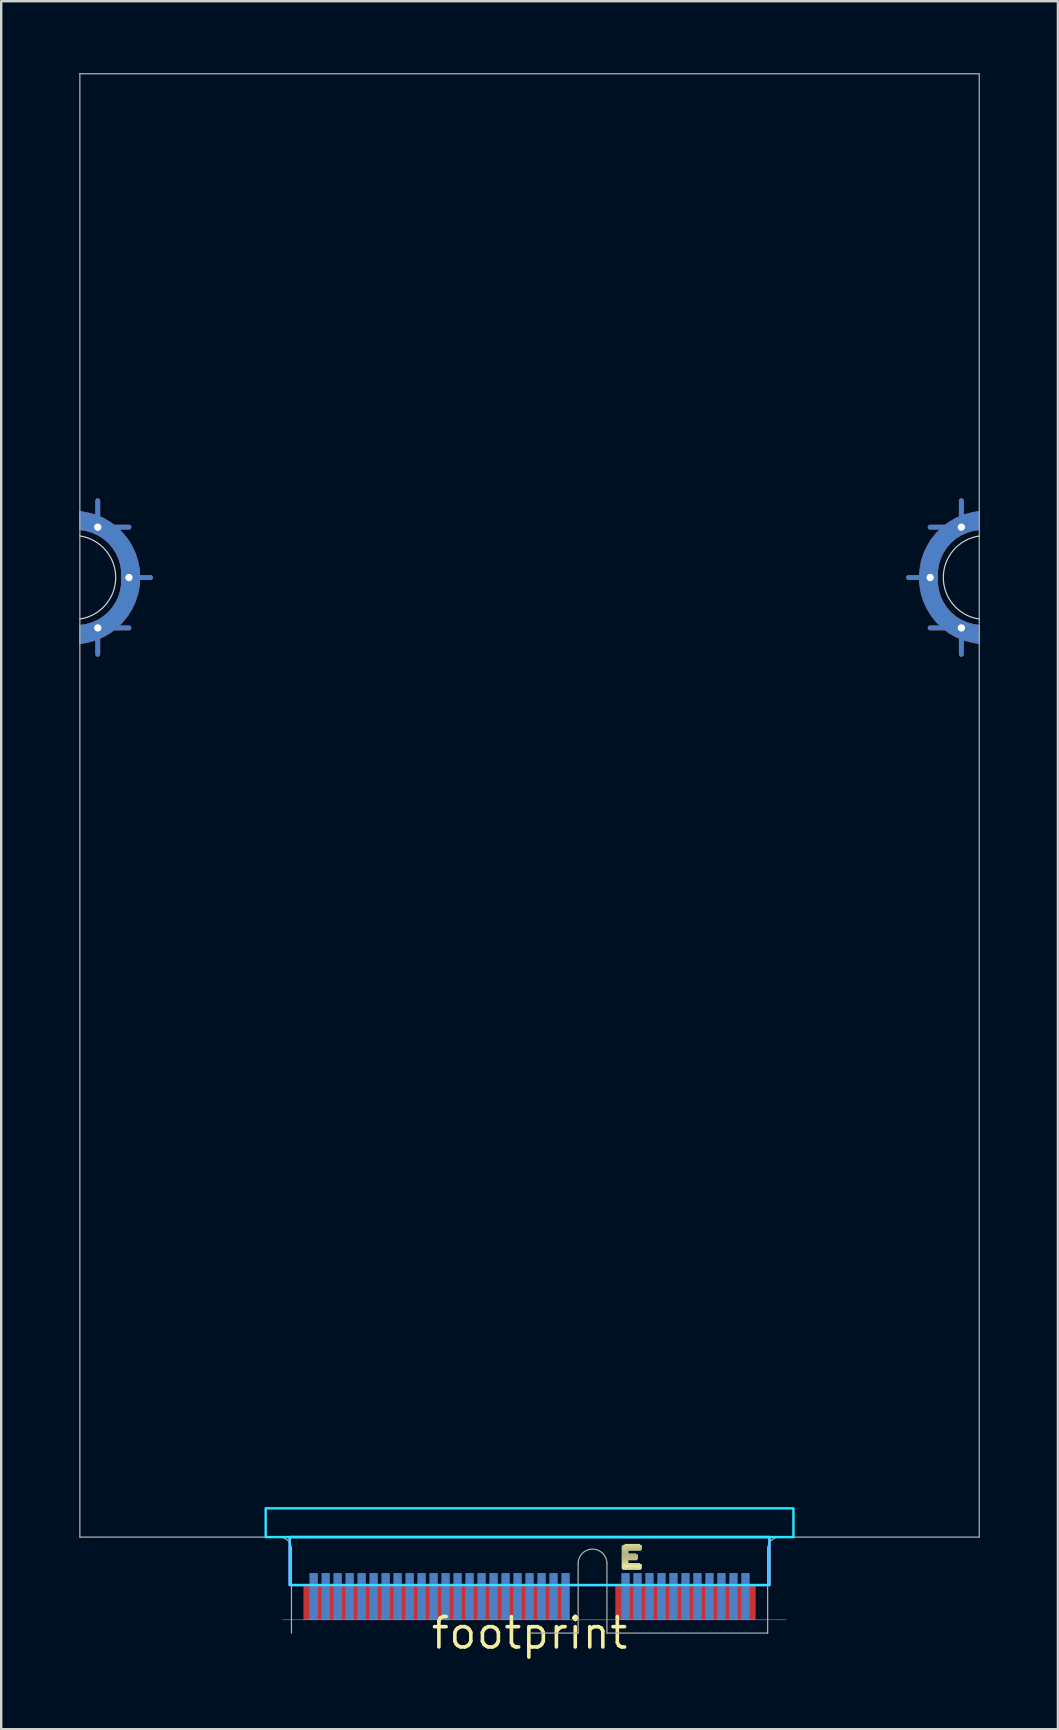
<source format=kicad_pcb>
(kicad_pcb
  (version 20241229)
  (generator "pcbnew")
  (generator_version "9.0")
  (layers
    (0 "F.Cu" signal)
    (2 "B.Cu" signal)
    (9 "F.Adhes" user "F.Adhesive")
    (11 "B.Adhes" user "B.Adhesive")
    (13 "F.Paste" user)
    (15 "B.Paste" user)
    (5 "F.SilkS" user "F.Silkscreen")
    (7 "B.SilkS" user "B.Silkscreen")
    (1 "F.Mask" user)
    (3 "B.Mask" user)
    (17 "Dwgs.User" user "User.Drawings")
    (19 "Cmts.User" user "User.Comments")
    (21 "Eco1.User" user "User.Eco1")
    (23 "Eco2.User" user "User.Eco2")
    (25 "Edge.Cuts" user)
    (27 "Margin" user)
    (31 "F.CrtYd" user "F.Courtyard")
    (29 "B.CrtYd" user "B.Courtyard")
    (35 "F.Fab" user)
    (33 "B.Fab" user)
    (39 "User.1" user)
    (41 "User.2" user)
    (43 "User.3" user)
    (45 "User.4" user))
  (footprint "footprint"
    (layer "F.Cu")
    (at 19.025 65.025)
    (property "Reference" "footprint" (at 0 0 0) (layer "F.SilkS") (effects (font (size 1.27 1.27) (thickness 0.15))))
    (fp_line (start -18 -46.1) (end -18 -47.2) (stroke (width 0.203) (type solid)) (layer "F.Cu"))
    (fp_line (start -18 -46.1) (end -16.7 -46.1) (stroke (width 0.203) (type solid)) (layer "F.Cu"))
    (fp_line (start -18 -41.9) (end -18 -40.8) (stroke (width 0.203) (type solid)) (layer "F.Cu"))
    (fp_line (start -18 -41.9) (end -16.7 -41.9) (stroke (width 0.203) (type solid)) (layer "F.Cu"))
    (fp_line (start -16.7 -44) (end -15.8 -44) (stroke (width 0.203) (type solid)) (layer "F.Cu"))
    (fp_line (start 16.7 -44) (end 15.8 -44) (stroke (width 0.203) (type solid)) (layer "F.Cu"))
    (fp_line (start 18 -46.1) (end 16.7 -46.1) (stroke (width 0.203) (type solid)) (layer "F.Cu"))
    (fp_line (start 18 -46.1) (end 18 -47.2) (stroke (width 0.203) (type solid)) (layer "F.Cu"))
    (fp_line (start 18 -41.9) (end 16.7 -41.9) (stroke (width 0.203) (type solid)) (layer "F.Cu"))
    (fp_line (start 18 -41.9) (end 18 -40.8) (stroke (width 0.203) (type solid)) (layer "F.Cu"))
    (fp_poly (pts (xy -18.41 -46.718) (xy -18.083 -46.622) (xy -17.769 -46.486) (xy -17.474 -46.313) (xy -17.203 -46.106) (xy -16.958 -45.868) (xy -16.744 -45.602) (xy -16.564 -45.311) (xy -16.42 -45.001) (xy -16.314 -44.676) (xy -16.249 -44.341) (xy -16.225 -44) (xy -16.247 -43.658) (xy -16.31 -43.322) (xy -16.414 -42.996) (xy -16.557 -42.685) (xy -16.737 -42.394) (xy -16.952 -42.127) (xy -17.197 -41.888) (xy -17.47 -41.681) (xy -17.766 -41.509) (xy -18.081 -41.374) (xy -18.775 -41.219) (xy -18.775 -42.022) (xy -18.49 -42.061) (xy -18.235 -42.135) (xy -17.994 -42.243) (xy -17.771 -42.385) (xy -17.57 -42.558) (xy -17.396 -42.757) (xy -17.252 -42.979) (xy -17.141 -43.219) (xy -17.065 -43.472) (xy -17.026 -43.734) (xy -17.025 -44) (xy -17.026 -44.266) (xy -17.065 -44.528) (xy -17.141 -44.781) (xy -17.252 -45.021) (xy -17.396 -45.243) (xy -17.57 -45.442) (xy -17.771 -45.615) (xy -17.994 -45.757) (xy -18.235 -45.865) (xy -18.49 -45.939) (xy -18.775 -45.978) (xy -18.775 -46.78)) (stroke (width 0) (type solid)) (fill yes) (layer "F.Cu"))
    (fp_poly (pts (xy 18.775 -45.978) (xy 18.49 -45.939) (xy 18.235 -45.865) (xy 17.994 -45.757) (xy 17.771 -45.615) (xy 17.57 -45.442) (xy 17.396 -45.243) (xy 17.252 -45.021) (xy 17.141 -44.781) (xy 17.065 -44.528) (xy 17.026 -44.266) (xy 17.025 -44) (xy 17.026 -43.734) (xy 17.065 -43.472) (xy 17.141 -43.219) (xy 17.252 -42.979) (xy 17.396 -42.757) (xy 17.57 -42.558) (xy 17.771 -42.385) (xy 17.994 -42.243) (xy 18.235 -42.135) (xy 18.49 -42.061) (xy 18.775 -42.022) (xy 18.775 -41.225) (xy 18.748 -41.225) (xy 18.41 -41.282) (xy 18.083 -41.378) (xy 17.769 -41.514) (xy 17.474 -41.687) (xy 17.203 -41.894) (xy 16.958 -42.132) (xy 16.744 -42.398) (xy 16.564 -42.689) (xy 16.42 -42.999) (xy 16.314 -43.324) (xy 16.225 -43.997) (xy 16.25 -44) (xy 16.225 -44.002) (xy 16.247 -44.342) (xy 16.31 -44.678) (xy 16.414 -45.004) (xy 16.557 -45.315) (xy 16.737 -45.606) (xy 16.952 -45.873) (xy 17.197 -46.112) (xy 17.47 -46.319) (xy 17.766 -46.491) (xy 18.081 -46.626) (xy 18.775 -46.781)) (stroke (width 0) (type solid)) (fill yes) (layer "F.Cu"))
    (fp_poly (pts (xy -18.666 -46.755) (xy -18.336 -46.694) (xy -18.016 -46.595) (xy -17.71 -46.457) (xy -17.424 -46.284) (xy -17.16 -46.077) (xy -16.923 -45.84) (xy -16.716 -45.576) (xy -16.543 -45.29) (xy -16.405 -44.984) (xy -16.306 -44.664) (xy -16.245 -44.334) (xy -16.225 -44) (xy -16.245 -43.666) (xy -16.306 -43.336) (xy -16.405 -43.016) (xy -16.543 -42.71) (xy -16.716 -42.424) (xy -16.923 -42.16) (xy -17.16 -41.923) (xy -17.424 -41.716) (xy -17.71 -41.543) (xy -18.016 -41.405) (xy -18.336 -41.306) (xy -18.666 -41.245) (xy -19.025 -41.223) (xy -19.025 -42.273) (xy -18.73 -42.296) (xy -18.467 -42.359) (xy -18.217 -42.463) (xy -17.986 -42.605) (xy -17.78 -42.78) (xy -17.605 -42.986) (xy -17.463 -43.217) (xy -17.36 -43.466) (xy -17.275 -44.001) (xy -17.296 -44.27) (xy -17.36 -44.533) (xy -17.463 -44.783) (xy -17.605 -45.014) (xy -17.78 -45.22) (xy -17.986 -45.395) (xy -18.217 -45.537) (xy -18.466 -45.64) (xy -19.025 -45.729) (xy -19.025 -46.777)) (stroke (width 0) (type solid)) (fill yes) (layer "F.Mask"))
    (fp_poly (pts (xy 19.025 -45.727) (xy 18.73 -45.704) (xy 18.467 -45.641) (xy 18.217 -45.537) (xy 17.986 -45.395) (xy 17.78 -45.22) (xy 17.605 -45.014) (xy 17.463 -44.783) (xy 17.36 -44.534) (xy 17.275 -43.999) (xy 17.296 -43.73) (xy 17.36 -43.467) (xy 17.463 -43.217) (xy 17.605 -42.986) (xy 17.78 -42.78) (xy 17.986 -42.605) (xy 18.217 -42.463) (xy 18.466 -42.36) (xy 19.025 -42.271) (xy 19.025 -41.223) (xy 18.666 -41.245) (xy 18.336 -41.306) (xy 18.016 -41.405) (xy 17.71 -41.543) (xy 17.424 -41.716) (xy 17.16 -41.923) (xy 16.923 -42.16) (xy 16.716 -42.424) (xy 16.543 -42.71) (xy 16.405 -43.016) (xy 16.306 -43.336) (xy 16.245 -43.666) (xy 16.225 -44) (xy 16.245 -44.334) (xy 16.306 -44.664) (xy 16.405 -44.984) (xy 16.543 -45.29) (xy 16.716 -45.576) (xy 16.923 -45.84) (xy 17.16 -46.077) (xy 17.424 -46.284) (xy 17.71 -46.457) (xy 18.016 -46.595) (xy 18.336 -46.694) (xy 18.666 -46.755) (xy 19.025 -46.777)) (stroke (width 0) (type solid)) (fill yes) (layer "F.Mask"))
    (fp_line (start -18 -46.1) (end -18 -47.2) (stroke (width 0.203) (type solid)) (layer "B.Cu"))
    (fp_line (start -18 -46.1) (end -16.7 -46.1) (stroke (width 0.203) (type solid)) (layer "B.Cu"))
    (fp_line (start -18 -41.9) (end -18 -40.8) (stroke (width 0.203) (type solid)) (layer "B.Cu"))
    (fp_line (start -18 -41.9) (end -16.7 -41.9) (stroke (width 0.203) (type solid)) (layer "B.Cu"))
    (fp_line (start -16.7 -44) (end -15.8 -44) (stroke (width 0.203) (type solid)) (layer "B.Cu"))
    (fp_line (start 16.7 -44) (end 15.8 -44) (stroke (width 0.203) (type solid)) (layer "B.Cu"))
    (fp_line (start 18 -46.1) (end 16.7 -46.1) (stroke (width 0.203) (type solid)) (layer "B.Cu"))
    (fp_line (start 18 -46.1) (end 18 -47.2) (stroke (width 0.203) (type solid)) (layer "B.Cu"))
    (fp_line (start 18 -41.9) (end 16.7 -41.9) (stroke (width 0.203) (type solid)) (layer "B.Cu"))
    (fp_line (start 18 -41.9) (end 18 -40.8) (stroke (width 0.203) (type solid)) (layer "B.Cu"))
    (fp_poly (pts (xy 18.775 -45.978) (xy 18.49 -45.939) (xy 18.235 -45.865) (xy 17.994 -45.757) (xy 17.771 -45.615) (xy 17.57 -45.442) (xy 17.396 -45.243) (xy 17.252 -45.021) (xy 17.141 -44.781) (xy 17.065 -44.528) (xy 17.026 -44.266) (xy 17.025 -44) (xy 17.026 -43.734) (xy 17.065 -43.472) (xy 17.141 -43.219) (xy 17.252 -42.979) (xy 17.396 -42.757) (xy 17.57 -42.558) (xy 17.771 -42.385) (xy 17.994 -42.243) (xy 18.235 -42.135) (xy 18.49 -42.061) (xy 18.775 -42.022) (xy 18.775 -41.219) (xy 18.081 -41.374) (xy 17.766 -41.509) (xy 17.47 -41.681) (xy 17.197 -41.888) (xy 16.952 -42.127) (xy 16.737 -42.394) (xy 16.557 -42.685) (xy 16.414 -42.996) (xy 16.31 -43.322) (xy 16.247 -43.658) (xy 16.225 -44.001) (xy 16.314 -44.676) (xy 16.42 -45.001) (xy 16.564 -45.311) (xy 16.744 -45.602) (xy 16.958 -45.868) (xy 17.203 -46.106) (xy 17.474 -46.313) (xy 17.769 -46.486) (xy 18.083 -46.622) (xy 18.41 -46.718) (xy 18.775 -46.78)) (stroke (width 0) (type solid)) (fill yes) (layer "B.Cu"))
    (fp_poly (pts (xy -18.081 -46.626) (xy -17.766 -46.491) (xy -17.47 -46.319) (xy -17.197 -46.112) (xy -16.952 -45.873) (xy -16.737 -45.606) (xy -16.557 -45.315) (xy -16.414 -45.004) (xy -16.31 -44.678) (xy -16.247 -44.342) (xy -16.225 -44.002) (xy -16.25 -44) (xy -16.225 -43.998) (xy -16.249 -43.659) (xy -16.314 -43.324) (xy -16.42 -42.999) (xy -16.564 -42.689) (xy -16.744 -42.398) (xy -16.958 -42.132) (xy -17.203 -41.894) (xy -17.474 -41.687) (xy -17.769 -41.514) (xy -18.083 -41.378) (xy -18.41 -41.282) (xy -18.748 -41.225) (xy -18.775 -41.225) (xy -18.775 -42.022) (xy -18.49 -42.061) (xy -18.235 -42.135) (xy -17.994 -42.243) (xy -17.771 -42.385) (xy -17.57 -42.558) (xy -17.396 -42.757) (xy -17.252 -42.979) (xy -17.141 -43.219) (xy -17.065 -43.472) (xy -17.026 -43.734) (xy -17.025 -44) (xy -17.026 -44.266) (xy -17.065 -44.528) (xy -17.141 -44.781) (xy -17.252 -45.021) (xy -17.396 -45.243) (xy -17.57 -45.442) (xy -17.771 -45.615) (xy -17.994 -45.757) (xy -18.235 -45.865) (xy -18.49 -45.939) (xy -18.775 -45.978) (xy -18.775 -46.781)) (stroke (width 0) (type solid)) (fill yes) (layer "B.Cu"))
    (fp_poly (pts (xy -18.666 -46.755) (xy -18.336 -46.694) (xy -18.016 -46.595) (xy -17.71 -46.457) (xy -17.424 -46.284) (xy -17.16 -46.077) (xy -16.923 -45.84) (xy -16.716 -45.576) (xy -16.543 -45.29) (xy -16.405 -44.984) (xy -16.306 -44.664) (xy -16.245 -44.334) (xy -16.225 -44) (xy -16.245 -43.666) (xy -16.306 -43.336) (xy -16.405 -43.016) (xy -16.543 -42.71) (xy -16.716 -42.424) (xy -16.923 -42.16) (xy -17.16 -41.923) (xy -17.424 -41.716) (xy -17.71 -41.543) (xy -18.016 -41.405) (xy -18.336 -41.306) (xy -18.666 -41.245) (xy -19.025 -41.223) (xy -19.025 -42.273) (xy -18.73 -42.296) (xy -18.467 -42.359) (xy -18.217 -42.463) (xy -17.986 -42.605) (xy -17.78 -42.78) (xy -17.605 -42.986) (xy -17.463 -43.217) (xy -17.36 -43.466) (xy -17.275 -44.001) (xy -17.296 -44.27) (xy -17.36 -44.533) (xy -17.463 -44.783) (xy -17.605 -45.014) (xy -17.78 -45.22) (xy -17.986 -45.395) (xy -18.217 -45.537) (xy -18.466 -45.64) (xy -19.025 -45.729) (xy -19.025 -46.777)) (stroke (width 0) (type solid)) (fill yes) (layer "B.Mask"))
    (fp_poly (pts (xy 19.025 -45.727) (xy 18.73 -45.704) (xy 18.467 -45.641) (xy 18.217 -45.537) (xy 17.986 -45.395) (xy 17.78 -45.22) (xy 17.605 -45.014) (xy 17.463 -44.783) (xy 17.36 -44.534) (xy 17.275 -43.999) (xy 17.296 -43.73) (xy 17.36 -43.467) (xy 17.463 -43.217) (xy 17.605 -42.986) (xy 17.78 -42.78) (xy 17.986 -42.605) (xy 18.217 -42.463) (xy 18.466 -42.36) (xy 19.025 -42.271) (xy 19.025 -41.223) (xy 18.666 -41.245) (xy 18.336 -41.306) (xy 18.016 -41.405) (xy 17.71 -41.543) (xy 17.424 -41.716) (xy 17.16 -41.923) (xy 16.923 -42.16) (xy 16.716 -42.424) (xy 16.543 -42.71) (xy 16.405 -43.016) (xy 16.306 -43.336) (xy 16.245 -43.666) (xy 16.225 -44) (xy 16.245 -44.334) (xy 16.306 -44.664) (xy 16.405 -44.984) (xy 16.543 -45.29) (xy 16.716 -45.576) (xy 16.923 -45.84) (xy 17.16 -46.077) (xy 17.424 -46.284) (xy 17.71 -46.457) (xy 18.016 -46.595) (xy 18.336 -46.694) (xy 18.666 -46.755) (xy 19.025 -46.777)) (stroke (width 0) (type solid)) (fill yes) (layer "B.Mask"))
    (fp_poly (pts (xy 3.841 -3.595) (xy 4.681 -3.595) (xy 4.681 -3.635) (xy 3.841 -3.635)) (stroke (width 0) (type solid)) (fill yes) (layer "F.SilkS"))
    (fp_poly (pts (xy 3.841 -3.555) (xy 4.681 -3.555) (xy 4.681 -3.595) (xy 3.841 -3.595)) (stroke (width 0) (type solid)) (fill yes) (layer "F.SilkS"))
    (fp_poly (pts (xy 3.841 -3.515) (xy 4.681 -3.515) (xy 4.681 -3.555) (xy 3.841 -3.555)) (stroke (width 0) (type solid)) (fill yes) (layer "F.SilkS"))
    (fp_poly (pts (xy 3.841 -3.475) (xy 4.681 -3.475) (xy 4.681 -3.515) (xy 3.841 -3.515)) (stroke (width 0) (type solid)) (fill yes) (layer "F.SilkS"))
    (fp_poly (pts (xy 3.841 -3.435) (xy 4.641 -3.435) (xy 4.641 -3.475) (xy 3.841 -3.475)) (stroke (width 0) (type solid)) (fill yes) (layer "F.SilkS"))
    (fp_poly (pts (xy 3.841 -3.395) (xy 4.121 -3.395) (xy 4.121 -3.435) (xy 3.841 -3.435)) (stroke (width 0) (type solid)) (fill yes) (layer "F.SilkS"))
    (fp_poly (pts (xy 3.841 -3.355) (xy 4.121 -3.355) (xy 4.121 -3.395) (xy 3.841 -3.395)) (stroke (width 0) (type solid)) (fill yes) (layer "F.SilkS"))
    (fp_poly (pts (xy 3.841 -3.315) (xy 4.121 -3.315) (xy 4.121 -3.355) (xy 3.841 -3.355)) (stroke (width 0) (type solid)) (fill yes) (layer "F.SilkS"))
    (fp_poly (pts (xy 3.841 -3.275) (xy 4.441 -3.275) (xy 4.441 -3.315) (xy 3.841 -3.315)) (stroke (width 0) (type solid)) (fill yes) (layer "F.SilkS"))
    (fp_poly (pts (xy 3.841 -3.235) (xy 4.521 -3.235) (xy 4.521 -3.275) (xy 3.841 -3.275)) (stroke (width 0) (type solid)) (fill yes) (layer "F.SilkS"))
    (fp_poly (pts (xy 3.841 -3.195) (xy 4.521 -3.195) (xy 4.521 -3.235) (xy 3.841 -3.235)) (stroke (width 0) (type solid)) (fill yes) (layer "F.SilkS"))
    (fp_poly (pts (xy 3.841 -3.155) (xy 4.521 -3.155) (xy 4.521 -3.195) (xy 3.841 -3.195)) (stroke (width 0) (type solid)) (fill yes) (layer "F.SilkS"))
    (fp_poly (pts (xy 3.841 -3.115) (xy 4.521 -3.115) (xy 4.521 -3.155) (xy 3.841 -3.155)) (stroke (width 0) (type solid)) (fill yes) (layer "F.SilkS"))
    (fp_poly (pts (xy 3.841 -3.075) (xy 4.521 -3.075) (xy 4.521 -3.115) (xy 3.841 -3.115)) (stroke (width 0) (type solid)) (fill yes) (layer "F.SilkS"))
    (fp_poly (pts (xy 3.841 -3.035) (xy 4.481 -3.035) (xy 4.481 -3.075) (xy 3.841 -3.075)) (stroke (width 0) (type solid)) (fill yes) (layer "F.SilkS"))
    (fp_poly (pts (xy 3.841 -2.995) (xy 4.121 -2.995) (xy 4.121 -3.035) (xy 3.841 -3.035)) (stroke (width 0) (type solid)) (fill yes) (layer "F.SilkS"))
    (fp_poly (pts (xy 3.841 -2.955) (xy 4.121 -2.955) (xy 4.121 -2.995) (xy 3.841 -2.995)) (stroke (width 0) (type solid)) (fill yes) (layer "F.SilkS"))
    (fp_poly (pts (xy 3.841 -2.915) (xy 4.121 -2.915) (xy 4.121 -2.955) (xy 3.841 -2.955)) (stroke (width 0) (type solid)) (fill yes) (layer "F.SilkS"))
    (fp_poly (pts (xy 3.841 -2.875) (xy 4.601 -2.875) (xy 4.601 -2.915) (xy 3.841 -2.915)) (stroke (width 0) (type solid)) (fill yes) (layer "F.SilkS"))
    (fp_poly (pts (xy 3.841 -2.835) (xy 4.681 -2.835) (xy 4.681 -2.875) (xy 3.841 -2.875)) (stroke (width 0) (type solid)) (fill yes) (layer "F.SilkS"))
    (fp_poly (pts (xy 3.841 -2.795) (xy 4.681 -2.795) (xy 4.681 -2.835) (xy 3.841 -2.835)) (stroke (width 0) (type solid)) (fill yes) (layer "F.SilkS"))
    (fp_poly (pts (xy 3.841 -2.755) (xy 4.681 -2.755) (xy 4.681 -2.795) (xy 3.841 -2.795)) (stroke (width 0) (type solid)) (fill yes) (layer "F.SilkS"))
    (fp_poly (pts (xy 3.841 -2.715) (xy 4.681 -2.715) (xy 4.681 -2.755) (xy 3.841 -2.755)) (stroke (width 0) (type solid)) (fill yes) (layer "F.SilkS"))
    (fp_poly (pts (xy 3.841 -2.675) (xy 4.681 -2.675) (xy 4.681 -2.715) (xy 3.841 -2.715)) (stroke (width 0) (type solid)) (fill yes) (layer "F.SilkS"))
    (fp_poly (pts (xy 3.881 -3.635) (xy 4.681 -3.635) (xy 4.681 -3.675) (xy 3.881 -3.675)) (stroke (width 0) (type solid)) (fill yes) (layer "F.SilkS"))
    (fp_poly (pts (xy 3.881 -2.635) (xy 4.641 -2.635) (xy 4.641 -2.675) (xy 3.881 -2.675)) (stroke (width 0) (type solid)) (fill yes) (layer "F.SilkS"))
    (fp_poly (pts (xy 3.961 -3.675) (xy 4.601 -3.675) (xy 4.601 -3.715) (xy 3.961 -3.715)) (stroke (width 0) (type solid)) (fill yes) (layer "F.SilkS"))
    (fp_arc (start -18.747 -45.733) (mid -17.251744 -44.002864) (end -18.744998 -42.270999) (stroke (width 0.05) (type solid)) (layer "Edge.Cuts"))
    (fp_arc (start 18.747999 -42.269999) (mid 17.247963 -43.998769) (end 18.744 -45.731) (stroke (width 0.05) (type solid)) (layer "Edge.Cuts"))
    (fp_poly (pts (xy 10 -4) (xy -10 -4) (xy -10 -2) (xy 10 -2)) (stroke (width 0.1) (type solid)) (fill no) (layer "B.CrtYd"))
    (fp_poly (pts (xy 11 -5.2) (xy -11 -5.2) (xy -11 -4) (xy 11 -4)) (stroke (width 0.1) (type solid)) (fill no) (layer "B.CrtYd"))
    (fp_poly (pts (xy 10 -4) (xy -10 -4) (xy -10 -2) (xy 10 -2)) (stroke (width 0.1) (type solid)) (fill no) (layer "F.CrtYd"))
    (fp_line (start -18.746 -65) (end 18.746 -65) (stroke (width 0.051) (type solid)) (layer "F.Fab"))
    (fp_line (start -18.746 -4) (end -18.746 -65) (stroke (width 0.051) (type solid)) (layer "F.Fab"))
    (fp_line (start -10.425 -4) (end -18.746 -4) (stroke (width 0.051) (type solid)) (layer "F.Fab"))
    (fp_line (start -10.3 -0.55) (end 10.7 -0.55) (stroke (width 0.02) (type solid)) (layer "F.Fab"))
    (fp_line (start -9.925 0) (end -9.925 -3.5) (stroke (width 0.051) (type solid)) (layer "F.Fab"))
    (fp_line (start 2.025 -2.9) (end 2.025 0) (stroke (width 0.051) (type solid)) (layer "F.Fab"))
    (fp_line (start 2.025 0) (end 0 0) (stroke (width 0.051) (type solid)) (layer "F.Fab"))
    (fp_line (start 3.225 -2.9) (end 3.225 0) (stroke (width 0.051) (type solid)) (layer "F.Fab"))
    (fp_line (start 9.925 -3.5) (end 9.925 0) (stroke (width 0.051) (type solid)) (layer "F.Fab"))
    (fp_line (start 9.925 0) (end 3.225 0) (stroke (width 0.051) (type solid)) (layer "F.Fab"))
    (fp_line (start 10.425 -4) (end 18.746 -4) (stroke (width 0.051) (type solid)) (layer "F.Fab"))
    (fp_line (start 18.746 -4) (end 18.746 -65) (stroke (width 0.051) (type solid)) (layer "F.Fab"))
    (fp_arc (start -10.425 -4) (mid -10.071447 -3.853553) (end -9.925 -3.5) (stroke (width 0.0508) (type solid)) (layer "F.Fab"))
    (fp_arc (start 2.025 -2.9) (mid 2.625 -3.5) (end 3.225 -2.9) (stroke (width 0.0508) (type solid)) (layer "F.Fab"))
    (fp_arc (start 9.925 -3.5) (mid 10.071447 -3.853553) (end 10.425 -4) (stroke (width 0.0508) (type solid)) (layer "F.Fab"))
    (fp_text user "ROUTE\nOUT" (at -18.046 -44 90) (layer "Edge.Cuts") (effects (font (size 0.276 0.276) (thickness 0.024))))
    (fp_text user "ROUTE\nOUT" (at 18.046 -44 90) (layer "Edge.Cuts") (effects (font (size 0.276 0.276) (thickness 0.024)) (justify right top)))
    (pad "1" smd rect (at 9.25 -1.275 180) (size 0.35 1.45) (layers "F.Cu" "F.Mask"))
    (pad "2" smd rect (at 9 -1.525) (size 0.35 1.95) (layers "B.Cu" "B.Mask"))
    (pad "3" smd rect (at 8.75 -1.275 180) (size 0.35 1.45) (layers "F.Cu" "F.Mask"))
    (pad "4" smd rect (at 8.5 -1.525) (size 0.35 1.95) (layers "B.Cu" "B.Mask"))
    (pad "5" smd rect (at 8.25 -1.275 180) (size 0.35 1.45) (layers "F.Cu" "F.Mask"))
    (pad "6" smd rect (at 8 -1.525) (size 0.35 1.95) (layers "B.Cu" "B.Mask"))
    (pad "7" smd rect (at 7.75 -1.275 180) (size 0.35 1.45) (layers "F.Cu" "F.Mask"))
    (pad "8" smd rect (at 7.5 -1.525) (size 0.35 1.95) (layers "B.Cu" "B.Mask"))
    (pad "9" smd rect (at 7.25 -1.275 180) (size 0.35 1.45) (layers "F.Cu" "F.Mask"))
    (pad "10" smd rect (at 7 -1.525) (size 0.35 1.95) (layers "B.Cu" "B.Mask"))
    (pad "11" smd rect (at 6.75 -1.275 180) (size 0.35 1.45) (layers "F.Cu" "F.Mask"))
    (pad "12" smd rect (at 6.5 -1.525) (size 0.35 1.95) (layers "B.Cu" "B.Mask"))
    (pad "13" smd rect (at 6.25 -1.275 180) (size 0.35 1.45) (layers "F.Cu" "F.Mask"))
    (pad "14" smd rect (at 6 -1.525) (size 0.35 1.95) (layers "B.Cu" "B.Mask"))
    (pad "15" smd rect (at 5.75 -1.275 180) (size 0.35 1.45) (layers "F.Cu" "F.Mask"))
    (pad "16" smd rect (at 5.5 -1.525) (size 0.35 1.95) (layers "B.Cu" "B.Mask"))
    (pad "17" smd rect (at 5.25 -1.275 180) (size 0.35 1.45) (layers "F.Cu" "F.Mask"))
    (pad "18" smd rect (at 5 -1.525) (size 0.35 1.95) (layers "B.Cu" "B.Mask"))
    (pad "19" smd rect (at 4.75 -1.275 180) (size 0.35 1.45) (layers "F.Cu" "F.Mask"))
    (pad "20" smd rect (at 4.5 -1.525) (size 0.35 1.95) (layers "B.Cu" "B.Mask"))
    (pad "21" smd rect (at 4.25 -1.275 180) (size 0.35 1.45) (layers "F.Cu" "F.Mask"))
    (pad "22" smd rect (at 4 -1.525) (size 0.35 1.95) (layers "B.Cu" "B.Mask"))
    (pad "23" smd rect (at 3.75 -1.275 180) (size 0.35 1.45) (layers "F.Cu" "F.Mask"))
    (pad "32" smd rect (at 1.5 -1.525) (size 0.35 1.95) (layers "B.Cu" "B.Mask"))
    (pad "33" smd rect (at 1.25 -1.275 180) (size 0.35 1.45) (layers "F.Cu" "F.Mask"))
    (pad "34" smd rect (at 1 -1.525) (size 0.35 1.95) (layers "B.Cu" "B.Mask"))
    (pad "35" smd rect (at 0.75 -1.275 180) (size 0.35 1.45) (layers "F.Cu" "F.Mask"))
    (pad "36" smd rect (at 0.5 -1.525) (size 0.35 1.95) (layers "B.Cu" "B.Mask"))
    (pad "37" smd rect (at 0.25 -1.275 180) (size 0.35 1.45) (layers "F.Cu" "F.Mask"))
    (pad "38" smd rect (at 0 -1.525) (size 0.35 1.95) (layers "B.Cu" "B.Mask"))
    (pad "39" smd rect (at -0.25 -1.275 180) (size 0.35 1.45) (layers "F.Cu" "F.Mask"))
    (pad "40" smd rect (at -0.5 -1.525) (size 0.35 1.95) (layers "B.Cu" "B.Mask"))
    (pad "41" smd rect (at -0.75 -1.275 180) (size 0.35 1.45) (layers "F.Cu" "F.Mask"))
    (pad "42" smd rect (at -1 -1.525) (size 0.35 1.95) (layers "B.Cu" "B.Mask"))
    (pad "43" smd rect (at -1.25 -1.275 180) (size 0.35 1.45) (layers "F.Cu" "F.Mask"))
    (pad "44" smd rect (at -1.5 -1.525) (size 0.35 1.95) (layers "B.Cu" "B.Mask"))
    (pad "45" smd rect (at -1.75 -1.275 180) (size 0.35 1.45) (layers "F.Cu" "F.Mask"))
    (pad "46" smd rect (at -2 -1.525) (size 0.35 1.95) (layers "B.Cu" "B.Mask"))
    (pad "47" smd rect (at -2.25 -1.275 180) (size 0.35 1.45) (layers "F.Cu" "F.Mask"))
    (pad "48" smd rect (at -2.5 -1.525) (size 0.35 1.95) (layers "B.Cu" "B.Mask"))
    (pad "49" smd rect (at -2.75 -1.275 180) (size 0.35 1.45) (layers "F.Cu" "F.Mask"))
    (pad "50" smd rect (at -3 -1.525) (size 0.35 1.95) (layers "B.Cu" "B.Mask"))
    (pad "51" smd rect (at -3.25 -1.275 180) (size 0.35 1.45) (layers "F.Cu" "F.Mask"))
    (pad "52" smd rect (at -3.5 -1.525) (size 0.35 1.95) (layers "B.Cu" "B.Mask"))
    (pad "53" smd rect (at -3.75 -1.275 180) (size 0.35 1.45) (layers "F.Cu" "F.Mask"))
    (pad "54" smd rect (at -4 -1.525) (size 0.35 1.95) (layers "B.Cu" "B.Mask"))
    (pad "55" smd rect (at -4.25 -1.275 180) (size 0.35 1.45) (layers "F.Cu" "F.Mask"))
    (pad "56" smd rect (at -4.5 -1.525) (size 0.35 1.95) (layers "B.Cu" "B.Mask"))
    (pad "57" smd rect (at -4.75 -1.275 180) (size 0.35 1.45) (layers "F.Cu" "F.Mask"))
    (pad "58" smd rect (at -5 -1.525) (size 0.35 1.95) (layers "B.Cu" "B.Mask"))
    (pad "59" smd rect (at -5.25 -1.275 180) (size 0.35 1.45) (layers "F.Cu" "F.Mask"))
    (pad "60" smd rect (at -5.5 -1.525) (size 0.35 1.95) (layers "B.Cu" "B.Mask"))
    (pad "61" smd rect (at -5.75 -1.275 180) (size 0.35 1.45) (layers "F.Cu" "F.Mask"))
    (pad "62" smd rect (at -6 -1.525) (size 0.35 1.95) (layers "B.Cu" "B.Mask"))
    (pad "63" smd rect (at -6.25 -1.275 180) (size 0.35 1.45) (layers "F.Cu" "F.Mask"))
    (pad "64" smd rect (at -6.5 -1.525) (size 0.35 1.95) (layers "B.Cu" "B.Mask"))
    (pad "65" smd rect (at -6.75 -1.275 180) (size 0.35 1.45) (layers "F.Cu" "F.Mask"))
    (pad "66" smd rect (at -7 -1.525) (size 0.35 1.95) (layers "B.Cu" "B.Mask"))
    (pad "67" smd rect (at -7.25 -1.275 180) (size 0.35 1.45) (layers "F.Cu" "F.Mask"))
    (pad "68" smd rect (at -7.5 -1.525) (size 0.35 1.95) (layers "B.Cu" "B.Mask"))
    (pad "69" smd rect (at -7.75 -1.275 180) (size 0.35 1.45) (layers "F.Cu" "F.Mask"))
    (pad "70" smd rect (at -8 -1.525) (size 0.35 1.95) (layers "B.Cu" "B.Mask"))
    (pad "71" smd rect (at -8.25 -1.275 180) (size 0.35 1.45) (layers "F.Cu" "F.Mask"))
    (pad "72" smd rect (at -8.5 -1.525) (size 0.35 1.95) (layers "B.Cu" "B.Mask"))
    (pad "73" smd rect (at -8.75 -1.275 180) (size 0.35 1.45) (layers "F.Cu" "F.Mask"))
    (pad "74" smd rect (at -9 -1.525) (size 0.35 1.95) (layers "B.Cu" "B.Mask"))
    (pad "75" smd rect (at -9.25 -1.275 180) (size 0.35 1.45) (layers "F.Cu" "F.Mask"))
    (pad "GND1" thru_hole circle (at -18 -41.9 90) (size 0.61 0.61) (drill 0.305) (layers "*.Cu" "*.Mask"))
    (pad "GND2" thru_hole circle (at -16.7 -44 90) (size 0.61 0.61) (drill 0.305) (layers "*.Cu" "*.Mask"))
    (pad "GND3" thru_hole circle (at -18 -46.1 90) (size 0.61 0.61) (drill 0.305) (layers "*.Cu" "*.Mask"))
    (pad "GND4" thru_hole circle (at 18 -41.9 270) (size 0.61 0.61) (drill 0.305) (layers "*.Cu" "*.Mask"))
    (pad "GND5" thru_hole circle (at 16.7 -44 270) (size 0.61 0.61) (drill 0.305) (layers "*.Cu" "*.Mask"))
    (pad "GND6" thru_hole circle (at 18 -46.1 270) (size 0.61 0.61) (drill 0.305) (layers "*.Cu" "*.Mask")))
  (gr_rect
    (start -3 -3)
    (end 41.05 69.032)
    (stroke (width 0.1) (type default))
    (fill no)
    (layer "Edge.Cuts")))
</source>
